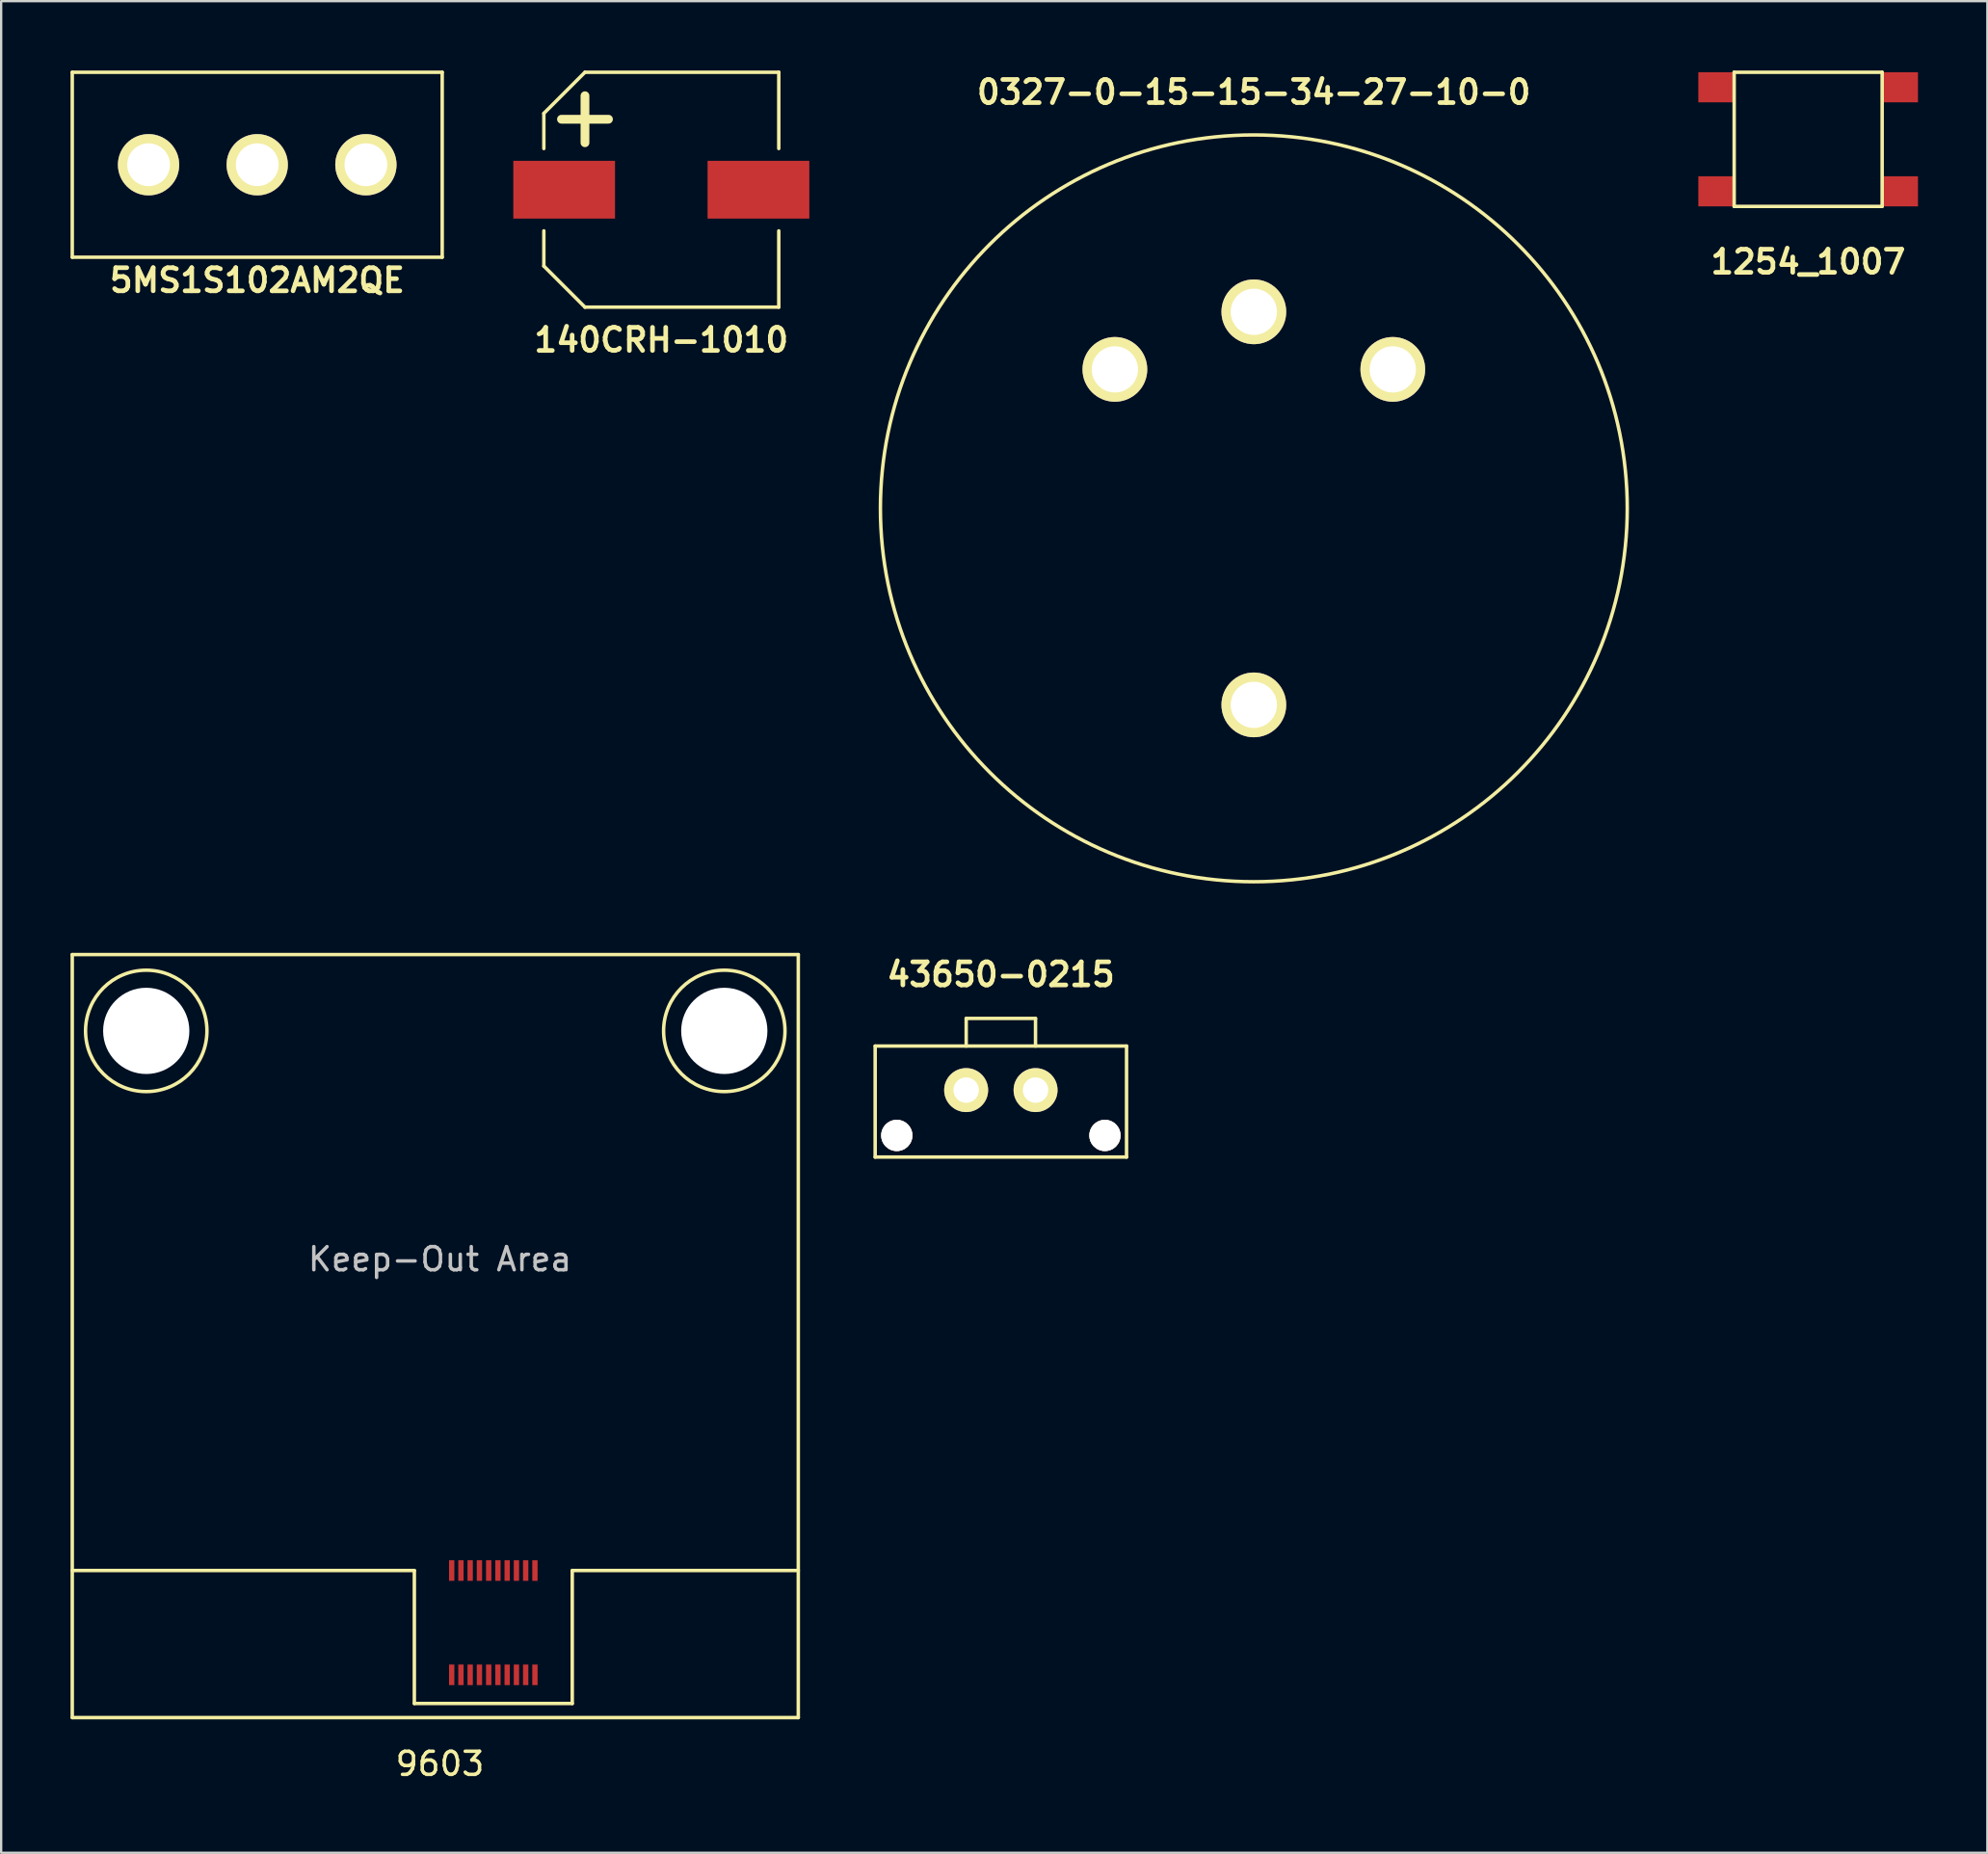
<source format=kicad_pcb>
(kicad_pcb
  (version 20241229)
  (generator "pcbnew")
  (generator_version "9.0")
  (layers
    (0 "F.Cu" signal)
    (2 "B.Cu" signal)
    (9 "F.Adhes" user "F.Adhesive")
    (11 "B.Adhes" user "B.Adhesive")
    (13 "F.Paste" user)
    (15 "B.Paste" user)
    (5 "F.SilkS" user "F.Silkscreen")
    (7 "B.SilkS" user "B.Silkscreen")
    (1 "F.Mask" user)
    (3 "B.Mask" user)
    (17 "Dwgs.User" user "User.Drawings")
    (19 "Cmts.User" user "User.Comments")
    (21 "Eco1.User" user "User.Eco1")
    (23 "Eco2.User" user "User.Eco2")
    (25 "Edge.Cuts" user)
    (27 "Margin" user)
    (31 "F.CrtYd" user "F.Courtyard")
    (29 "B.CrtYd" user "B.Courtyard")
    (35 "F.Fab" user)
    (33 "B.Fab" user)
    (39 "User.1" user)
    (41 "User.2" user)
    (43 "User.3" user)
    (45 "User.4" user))
  (footprint "5MS1S102AM2QE"
    (layer "F.Cu")
    (at 8.075 4.075)
    (property "Reference" "5MS1S102AM2QE" (at 0 5 0) (layer "F.SilkS") (effects (font (size 1 1) (thickness 0.2))))
    (attr through_hole)
    (fp_line (start -8 -4) (end 8 -4) (stroke (width 0.15) (type solid)) (layer "F.SilkS"))
    (fp_line (start -8 4) (end -8 -4) (stroke (width 0.15) (type solid)) (layer "F.SilkS"))
    (fp_line (start 8 -4) (end 8 4) (stroke (width 0.15) (type solid)) (layer "F.SilkS"))
    (fp_line (start 8 4) (end -8 4) (stroke (width 0.15) (type solid)) (layer "F.SilkS"))
    (pad "1" thru_hole circle (at -4.7 0) (size 2.65 2.65) (drill 1.85) (layers "*.Cu" "*.Mask" "F.SilkS"))
    (pad "2" thru_hole circle (at 0 0) (size 2.65 2.65) (drill 1.85) (layers "*.Cu" "*.Mask" "F.SilkS"))
    (pad "3" thru_hole circle (at 4.7 0) (size 2.65 2.65) (drill 1.85) (layers "*.Cu" "*.Mask" "F.SilkS")))
  (footprint "9603"
    (layer "F.Cu")
    (at 31.475 71.236)
    (property "Reference" "9603" (at -15.5 2 0) (layer "F.SilkS") (effects (font (size 1 1) (thickness 0.15))))
    (attr through_hole)
    (fp_line (start -31.4 -33) (end -31.4 0) (stroke (width 0.15) (type solid)) (layer "F.SilkS"))
    (fp_line (start -31.4 0) (end 0 0) (stroke (width 0.15) (type solid)) (layer "F.SilkS"))
    (fp_line (start -16.605 -6.36) (end -31.4 -6.36) (stroke (width 0.15) (type solid)) (layer "F.SilkS"))
    (fp_line (start -16.605 -6.36) (end -16.605 -0.61) (stroke (width 0.15) (type solid)) (layer "F.SilkS"))
    (fp_line (start -16.605 -0.61) (end -9.775 -0.61) (stroke (width 0.15) (type solid)) (layer "F.SilkS"))
    (fp_line (start -9.775 -6.36) (end -9.775 -0.61) (stroke (width 0.15) (type solid)) (layer "F.SilkS"))
    (fp_line (start 0 -33) (end -31.4 -33) (stroke (width 0.15) (type solid)) (layer "F.SilkS"))
    (fp_line (start 0 -6.36) (end -9.775 -6.36) (stroke (width 0.15) (type solid)) (layer "F.SilkS"))
    (fp_line (start 0 0) (end 0 -33) (stroke (width 0.15) (type solid)) (layer "F.SilkS"))
    (fp_circle (center -28.2 -29.7) (end -28.2 -27.075) (stroke (width 0.15) (type solid)) (fill no) (layer "F.SilkS"))
    (fp_circle (center -3.2 -29.7) (end -3.2 -27.075) (stroke (width 0.15) (type solid)) (fill no) (layer "F.SilkS"))
    (fp_text user "Keep-Out Area" (at -15.5 -19.825 0) (layer "Dwgs.User") (effects (font (size 1 1) (thickness 0.15))))
    (pad "" np_thru_hole circle (at -28.2 -29.7) (size 3.73 3.73) (drill 3.73) (layers "*.Cu" "*.Mask"))
    (pad "" np_thru_hole circle (at -3.2 -29.7) (size 3.73 3.73) (drill 3.73) (layers "*.Cu" "*.Mask"))
    (pad "1" smd rect (at -14.99 -1.85) (size 0.23 0.89) (layers "F.Cu" "F.Mask" "F.Paste"))
    (pad "2" smd rect (at -14.99 -6.36) (size 0.23 0.89) (layers "F.Cu" "F.Mask" "F.Paste"))
    (pad "3" smd rect (at -14.59 -1.85) (size 0.23 0.89) (layers "F.Cu" "F.Mask" "F.Paste"))
    (pad "4" smd rect (at -14.59 -6.36) (size 0.23 0.89) (layers "F.Cu" "F.Mask" "F.Paste"))
    (pad "5" smd rect (at -14.19 -1.85) (size 0.23 0.89) (layers "F.Cu" "F.Mask" "F.Paste"))
    (pad "6" smd rect (at -14.19 -6.36) (size 0.23 0.89) (layers "F.Cu" "F.Mask" "F.Paste"))
    (pad "7" smd rect (at -13.79 -1.85) (size 0.23 0.89) (layers "F.Cu" "F.Mask" "F.Paste"))
    (pad "8" smd rect (at -13.79 -6.36) (size 0.23 0.89) (layers "F.Cu" "F.Mask" "F.Paste"))
    (pad "9" smd rect (at -13.39 -1.85) (size 0.23 0.89) (layers "F.Cu" "F.Mask" "F.Paste"))
    (pad "10" smd rect (at -13.39 -6.36) (size 0.23 0.89) (layers "F.Cu" "F.Mask" "F.Paste"))
    (pad "11" smd rect (at -12.99 -1.85) (size 0.23 0.89) (layers "F.Cu" "F.Mask" "F.Paste"))
    (pad "12" smd rect (at -12.99 -6.36) (size 0.23 0.89) (layers "F.Cu" "F.Mask" "F.Paste"))
    (pad "13" smd rect (at -12.59 -1.85) (size 0.23 0.89) (layers "F.Cu" "F.Mask" "F.Paste"))
    (pad "14" smd rect (at -12.59 -6.36) (size 0.23 0.89) (layers "F.Cu" "F.Mask" "F.Paste"))
    (pad "15" smd rect (at -12.19 -1.85) (size 0.23 0.89) (layers "F.Cu" "F.Mask" "F.Paste"))
    (pad "16" smd rect (at -12.19 -6.36) (size 0.23 0.89) (layers "F.Cu" "F.Mask" "F.Paste"))
    (pad "17" smd rect (at -11.79 -1.85) (size 0.23 0.89) (layers "F.Cu" "F.Mask" "F.Paste"))
    (pad "18" smd rect (at -11.79 -6.36) (size 0.23 0.89) (layers "F.Cu" "F.Mask" "F.Paste"))
    (pad "19" smd rect (at -11.39 -1.85) (size 0.23 0.89) (layers "F.Cu" "F.Mask" "F.Paste"))
    (pad "20" smd rect (at -11.39 -6.36) (size 0.23 0.89) (layers "F.Cu" "F.Mask" "F.Paste")))
  (footprint "0327-0-15-15-34-27-10-0"
    (layer "F.Cu")
    (at 51.177 18.936)
    (property "Reference" "0327-0-15-15-34-27-10-0" (at 0 -18 0) (layer "F.SilkS") (effects (font (size 1 1) (thickness 0.2))))
    (attr through_hole)
    (fp_circle (center 0 0) (end 16.15 0) (stroke (width 0.15) (type solid)) (fill no) (layer "F.SilkS"))
    (pad "C" thru_hole circle (at -6.01 -6.01) (size 2.8 2.8) (drill 2) (layers "*.Cu" "*.Mask" "F.SilkS"))
    (pad "E" thru_hole circle (at 0 8.5) (size 2.8 2.8) (drill 2) (layers "*.Cu" "*.Mask" "F.SilkS"))
    (pad "R" thru_hole circle (at 6.01 -6.01) (size 2.8 2.8) (drill 2) (layers "*.Cu" "*.Mask" "F.SilkS"))
    (pad "W" thru_hole circle (at 0 -8.5) (size 2.8 2.8) (drill 2) (layers "*.Cu" "*.Mask" "F.SilkS")))
  (footprint "1254_1007"
    (layer "F.Cu")
    (at 75.151 2.976)
    (property "Reference" "1254_1007" (at 0 5.3 0) (layer "F.SilkS") (effects (font (size 1 1) (thickness 0.2))))
    (attr through_hole)
    (fp_line (start -3.2 -2.901) (end -3.2 2.901) (stroke (width 0.15) (type solid)) (layer "F.SilkS"))
    (fp_line (start -3.2 2.901) (end 3.2 2.901) (stroke (width 0.15) (type solid)) (layer "F.SilkS"))
    (fp_line (start 3.2 -2.901) (end -3.2 -2.901) (stroke (width 0.15) (type solid)) (layer "F.SilkS"))
    (fp_line (start 3.2 2.901) (end 3.2 -2.901) (stroke (width 0.15) (type solid)) (layer "F.SilkS"))
    (pad "1" smd rect (at -3.975 2.25) (size 1.549 1.3) (layers "F.Cu" "F.Mask" "F.Paste"))
    (pad "2" smd rect (at 3.975 2.25) (size 1.549 1.3) (layers "F.Cu" "F.Mask" "F.Paste"))
    (pad "3" smd rect (at -3.975 -2.25) (size 1.549 1.3) (layers "F.Cu" "F.Mask" "F.Paste"))
    (pad "4" smd rect (at 3.975 -2.25) (size 1.549 1.3) (layers "F.Cu" "F.Mask" "F.Paste")))
  (footprint "43650-0215"
    (layer "F.Cu")
    (at 40.236 44.097)
    (property "Reference" "43650-0215" (at 0 -5 0) (layer "F.SilkS") (effects (font (size 1 1) (thickness 0.2))))
    (attr through_hole)
    (fp_line (start -5.436 -1.905) (end 5.436 -1.905) (stroke (width 0.15) (type solid)) (layer "F.SilkS"))
    (fp_line (start -5.436 2.896) (end -5.436 -1.905) (stroke (width 0.15) (type solid)) (layer "F.SilkS"))
    (fp_line (start -1.499 -3.099) (end 1.499 -3.099) (stroke (width 0.15) (type solid)) (layer "F.SilkS"))
    (fp_line (start -1.499 -1.905) (end -1.499 -3.099) (stroke (width 0.15) (type solid)) (layer "F.SilkS"))
    (fp_line (start 1.499 -3.099) (end 1.499 -1.905) (stroke (width 0.15) (type solid)) (layer "F.SilkS"))
    (fp_line (start 5.436 -1.905) (end 5.436 2.896) (stroke (width 0.15) (type solid)) (layer "F.SilkS"))
    (fp_line (start 5.436 2.896) (end -5.436 2.896) (stroke (width 0.15) (type solid)) (layer "F.SilkS"))
    (pad "" thru_hole circle (at -4.501 1.961) (size 1.349 1.349) (drill 1.349) (layers "*.Cu" "*.Mask" "F.SilkS"))
    (pad "" thru_hole circle (at 4.501 1.961) (size 1.349 1.349) (drill 1.349) (layers "*.Cu" "*.Mask" "F.SilkS"))
    (pad "1" thru_hole circle (at -1.501 0) (size 1.9 1.9) (drill 1.1) (layers "*.Cu" "*.Mask" "F.SilkS"))
    (pad "2" thru_hole circle (at 1.501 0) (size 1.9 1.9) (drill 1.1) (layers "*.Cu" "*.Mask" "F.SilkS")))
  (footprint "140CRH-1010"
    (layer "F.Cu")
    (at 25.551 5.155)
    (property "Reference" "140CRH-1010" (at 0 6.5 0) (layer "F.SilkS") (effects (font (size 1 1) (thickness 0.2))))
    (attr through_hole)
    (fp_line (start -5.08 -3.302) (end -3.302 -5.08) (stroke (width 0.15) (type solid)) (layer "F.SilkS"))
    (fp_line (start -5.08 -1.78) (end -5.08 -3.302) (stroke (width 0.15) (type solid)) (layer "F.SilkS"))
    (fp_line (start -5.08 3.302) (end -5.08 1.78) (stroke (width 0.15) (type solid)) (layer "F.SilkS"))
    (fp_line (start -5.08 3.302) (end -3.302 5.08) (stroke (width 0.15) (type solid)) (layer "F.SilkS"))
    (fp_line (start -4.318 -3.048) (end -2.286 -3.048) (stroke (width 0.381) (type solid)) (layer "F.SilkS"))
    (fp_line (start -3.302 -4.064) (end -3.302 -2.032) (stroke (width 0.381) (type solid)) (layer "F.SilkS"))
    (fp_line (start 5.08 -5.08) (end -3.302 -5.08) (stroke (width 0.15) (type solid)) (layer "F.SilkS"))
    (fp_line (start 5.08 -1.78) (end 5.08 -5.08) (stroke (width 0.15) (type solid)) (layer "F.SilkS"))
    (fp_line (start 5.08 5.08) (end -3.302 5.08) (stroke (width 0.15) (type solid)) (layer "F.SilkS"))
    (fp_line (start 5.08 5.08) (end 5.08 1.78) (stroke (width 0.15) (type solid)) (layer "F.SilkS"))
    (pad "1" smd rect (at -4.201 0) (size 4.399 2.499) (layers "F.Cu" "F.Mask" "F.Paste"))
    (pad "2" smd rect (at 4.201 0) (size 4.399 2.499) (layers "F.Cu" "F.Mask" "F.Paste")))
  (gr_rect
    (start -3 -3)
    (end 82.901 77.084)
    (stroke (width 0.1) (type default))
    (fill no)
    (layer "Edge.Cuts")))
</source>
